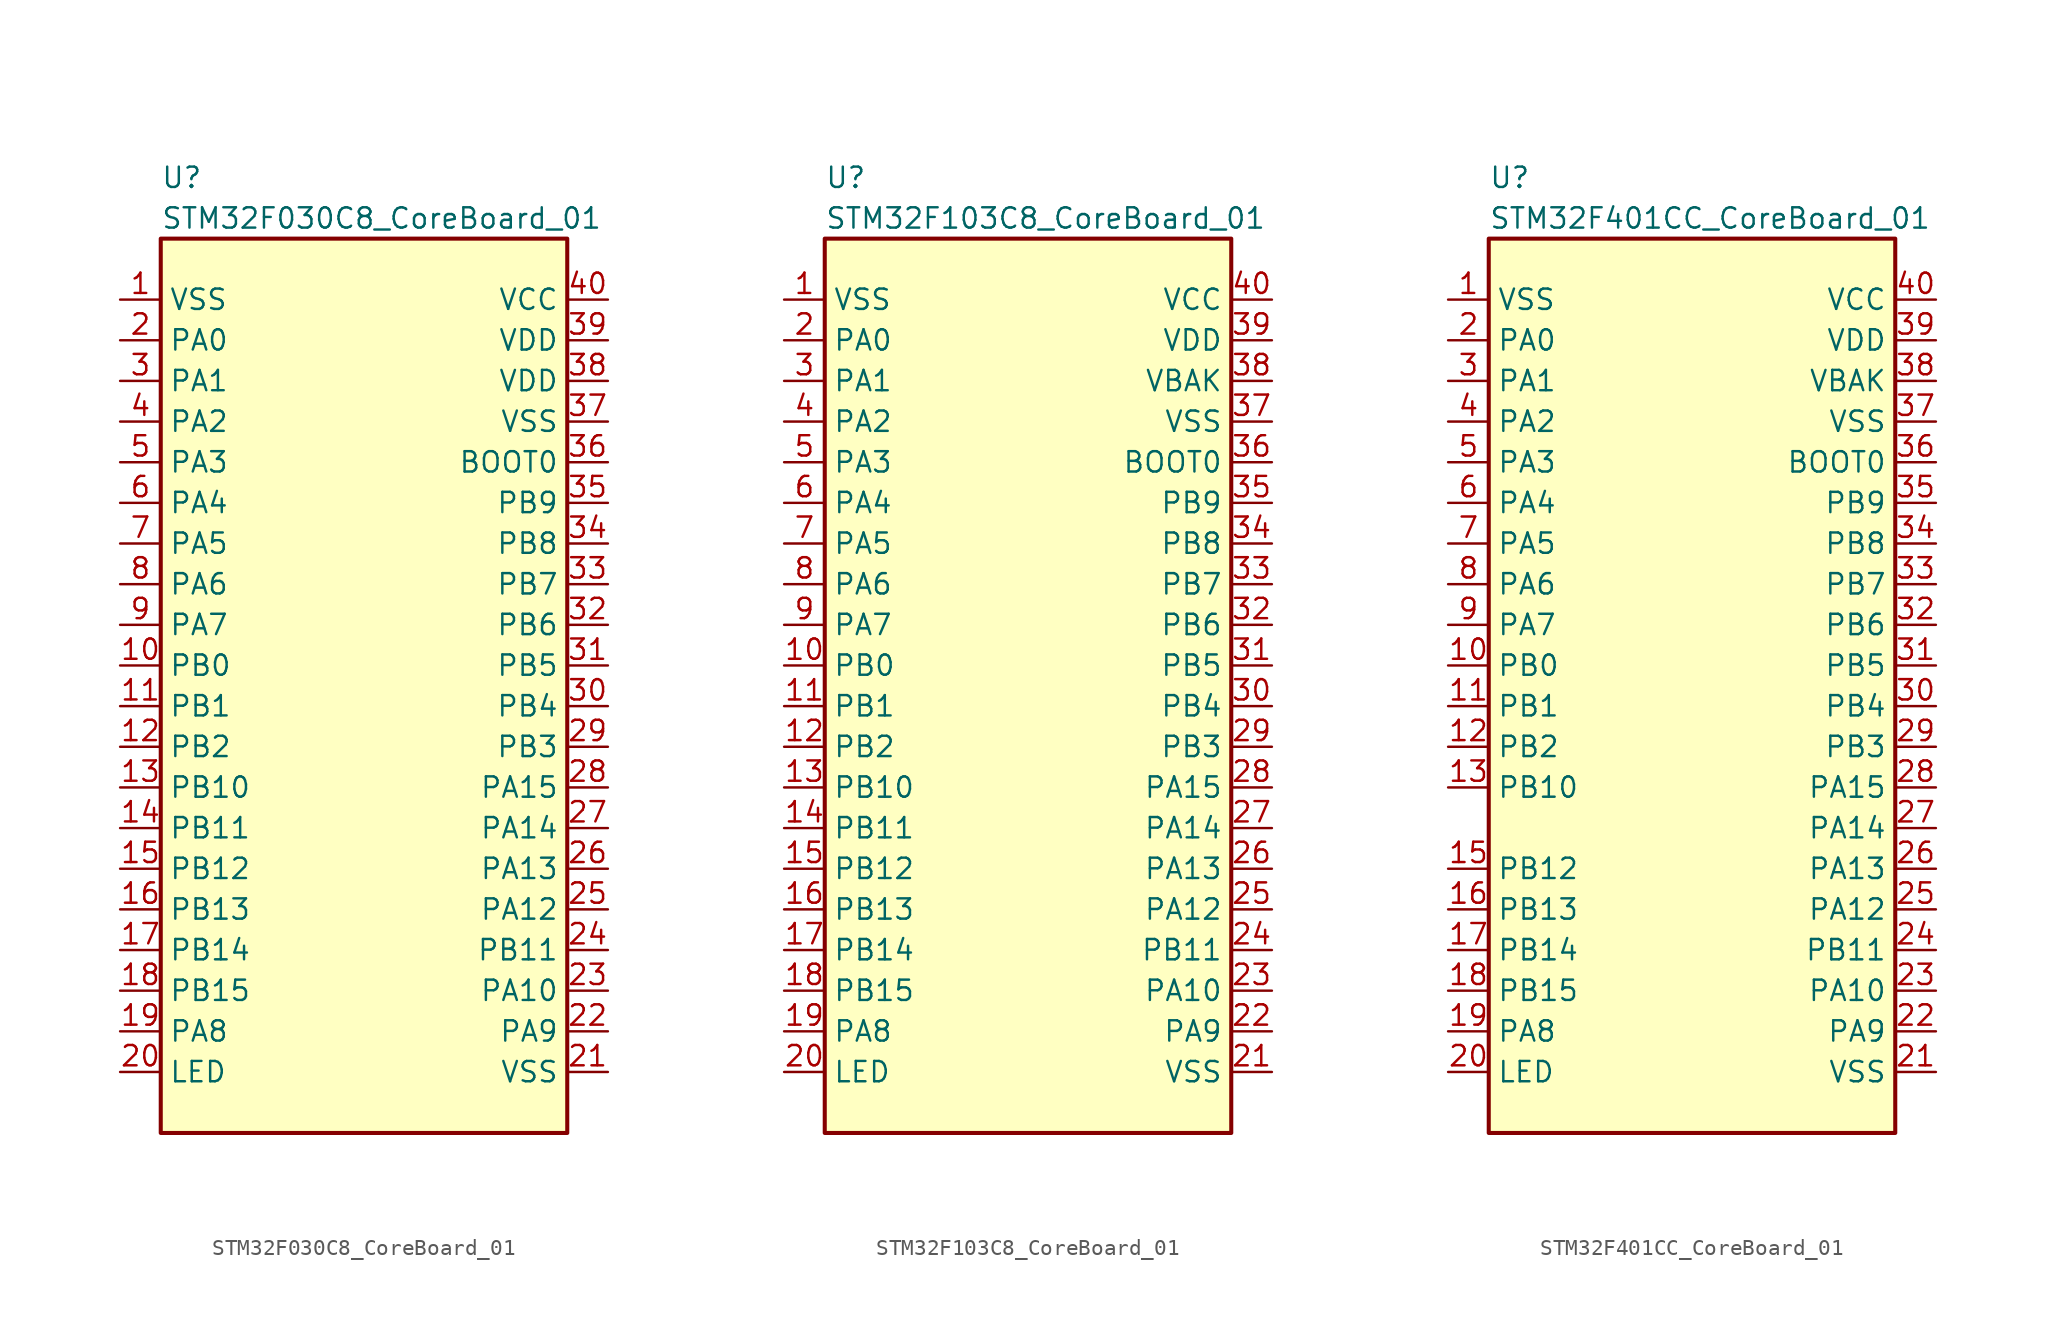
<source format=kicad_sym>
(kicad_symbol_lib
  (version 20231120)
  (generator "kicad_symbol_editor")
  (generator_version "8.0")
  (symbol "STM32F030C8_CoreBoard_01"
    (property "Reference" "U"
      (at -12.7 31.75 0)
      (effects (font (size 1.27 1.27)) (justify left)))
    (property "Value" "STM32F030C8_CoreBoard_01"
      (at -12.7 29.21 0)
      (effects (font (size 1.27 1.27)) (justify left)))
    (symbol "STM32F030C8_CoreBoard_01_0_1"
      (rectangle (start -12.7 27.94) (end 12.7 -27.94) (stroke (width 0.254) (type default)) (fill (type background))))
    (symbol "STM32F030C8_CoreBoard_01_1_1"
      (pin power_in line (at -15.24 24.13 0) (length 2.54) (name "VSS" (effects (font (size 1.27 1.27)))) (number "1" (effects (font (size 1.27 1.27)))))
      (pin bidirectional line (at -15.24 1.27 0) (length 2.54) (name "PB0" (effects (font (size 1.27 1.27)))) (number "10" (effects (font (size 1.27 1.27)))))
      (pin bidirectional line (at -15.24 -1.27 0) (length 2.54) (name "PB1" (effects (font (size 1.27 1.27)))) (number "11" (effects (font (size 1.27 1.27)))))
      (pin bidirectional line (at -15.24 -3.81 0) (length 2.54) (name "PB2" (effects (font (size 1.27 1.27)))) (number "12" (effects (font (size 1.27 1.27)))))
      (pin bidirectional line (at -15.24 -6.35 0) (length 2.54) (name "PB10" (effects (font (size 1.27 1.27)))) (number "13" (effects (font (size 1.27 1.27)))))
      (pin bidirectional line (at -15.24 -8.89 0) (length 2.54) (name "PB11" (effects (font (size 1.27 1.27)))) (number "14" (effects (font (size 1.27 1.27)))))
      (pin bidirectional line (at -15.24 -11.43 0) (length 2.54) (name "PB12" (effects (font (size 1.27 1.27)))) (number "15" (effects (font (size 1.27 1.27)))))
      (pin bidirectional line (at -15.24 -13.97 0) (length 2.54) (name "PB13" (effects (font (size 1.27 1.27)))) (number "16" (effects (font (size 1.27 1.27)))))
      (pin bidirectional line (at -15.24 -16.51 0) (length 2.54) (name "PB14" (effects (font (size 1.27 1.27)))) (number "17" (effects (font (size 1.27 1.27)))))
      (pin bidirectional line (at -15.24 -19.05 0) (length 2.54) (name "PB15" (effects (font (size 1.27 1.27)))) (number "18" (effects (font (size 1.27 1.27)))))
      (pin bidirectional line (at -15.24 -21.59 0) (length 2.54) (name "PA8" (effects (font (size 1.27 1.27)))) (number "19" (effects (font (size 1.27 1.27)))))
      (pin bidirectional line (at -15.24 21.59 0) (length 2.54) (name "PA0" (effects (font (size 1.27 1.27)))) (number "2" (effects (font (size 1.27 1.27)))))
      (pin input line (at -15.24 -24.13 0) (length 2.54) (name "LED" (effects (font (size 1.27 1.27)))) (number "20" (effects (font (size 1.27 1.27)))))
      (pin power_in line (at 15.24 -24.13 180) (length 2.54) (name "VSS" (effects (font (size 1.27 1.27)))) (number "21" (effects (font (size 1.27 1.27)))))
      (pin bidirectional line (at 15.24 -21.59 180) (length 2.54) (name "PA9" (effects (font (size 1.27 1.27)))) (number "22" (effects (font (size 1.27 1.27)))))
      (pin input line (at 15.24 -19.05 180) (length 2.54) (name "PA10" (effects (font (size 1.27 1.27)))) (number "23" (effects (font (size 1.27 1.27)))))
      (pin bidirectional line (at 15.24 -16.51 180) (length 2.54) (name "PB11" (effects (font (size 1.27 1.27)))) (number "24" (effects (font (size 1.27 1.27)))))
      (pin bidirectional line (at 15.24 -13.97 180) (length 2.54) (name "PA12" (effects (font (size 1.27 1.27)))) (number "25" (effects (font (size 1.27 1.27)))))
      (pin bidirectional line (at 15.24 -11.43 180) (length 2.54) (name "PA13" (effects (font (size 1.27 1.27)))) (number "26" (effects (font (size 1.27 1.27)))))
      (pin bidirectional line (at 15.24 -8.89 180) (length 2.54) (name "PA14" (effects (font (size 1.27 1.27)))) (number "27" (effects (font (size 1.27 1.27)))))
      (pin bidirectional line (at 15.24 -6.35 180) (length 2.54) (name "PA15" (effects (font (size 1.27 1.27)))) (number "28" (effects (font (size 1.27 1.27)))))
      (pin bidirectional line (at 15.24 -3.81 180) (length 2.54) (name "PB3" (effects (font (size 1.27 1.27)))) (number "29" (effects (font (size 1.27 1.27)))))
      (pin bidirectional line (at -15.24 19.05 0) (length 2.54) (name "PA1" (effects (font (size 1.27 1.27)))) (number "3" (effects (font (size 1.27 1.27)))))
      (pin bidirectional line (at 15.24 -1.27 180) (length 2.54) (name "PB4" (effects (font (size 1.27 1.27)))) (number "30" (effects (font (size 1.27 1.27)))))
      (pin bidirectional line (at 15.24 1.27 180) (length 2.54) (name "PB5" (effects (font (size 1.27 1.27)))) (number "31" (effects (font (size 1.27 1.27)))))
      (pin bidirectional line (at 15.24 3.81 180) (length 2.54) (name "PB6" (effects (font (size 1.27 1.27)))) (number "32" (effects (font (size 1.27 1.27)))))
      (pin bidirectional line (at 15.24 6.35 180) (length 2.54) (name "PB7" (effects (font (size 1.27 1.27)))) (number "33" (effects (font (size 1.27 1.27)))))
      (pin bidirectional line (at 15.24 8.89 180) (length 2.54) (name "PB8" (effects (font (size 1.27 1.27)))) (number "34" (effects (font (size 1.27 1.27)))))
      (pin bidirectional line (at 15.24 11.43 180) (length 2.54) (name "PB9" (effects (font (size 1.27 1.27)))) (number "35" (effects (font (size 1.27 1.27)))))
      (pin input line (at 15.24 13.97 180) (length 2.54) (name "BOOT0" (effects (font (size 1.27 1.27)))) (number "36" (effects (font (size 1.27 1.27)))))
      (pin power_in line (at 15.24 16.51 180) (length 2.54) (name "VSS" (effects (font (size 1.27 1.27)))) (number "37" (effects (font (size 1.27 1.27)))))
      (pin power_in line (at 15.24 19.05 180) (length 2.54) (name "VDD" (effects (font (size 1.27 1.27)))) (number "38" (effects (font (size 1.27 1.27)))))
      (pin power_in line (at 15.24 21.59 180) (length 2.54) (name "VDD" (effects (font (size 1.27 1.27)))) (number "39" (effects (font (size 1.27 1.27)))))
      (pin bidirectional line (at -15.24 16.51 0) (length 2.54) (name "PA2" (effects (font (size 1.27 1.27)))) (number "4" (effects (font (size 1.27 1.27)))))
      (pin power_in line (at 15.24 24.13 180) (length 2.54) (name "VCC" (effects (font (size 1.27 1.27)))) (number "40" (effects (font (size 1.27 1.27)))))
      (pin bidirectional line (at -15.24 13.97 0) (length 2.54) (name "PA3" (effects (font (size 1.27 1.27)))) (number "5" (effects (font (size 1.27 1.27)))))
      (pin bidirectional line (at -15.24 11.43 0) (length 2.54) (name "PA4" (effects (font (size 1.27 1.27)))) (number "6" (effects (font (size 1.27 1.27)))))
      (pin bidirectional line (at -15.24 8.89 0) (length 2.54) (name "PA5" (effects (font (size 1.27 1.27)))) (number "7" (effects (font (size 1.27 1.27)))))
      (pin bidirectional line (at -15.24 6.35 0) (length 2.54) (name "PA6" (effects (font (size 1.27 1.27)))) (number "8" (effects (font (size 1.27 1.27)))))
      (pin bidirectional line (at -15.24 3.81 0) (length 2.54) (name "PA7" (effects (font (size 1.27 1.27)))) (number "9" (effects (font (size 1.27 1.27)))))))
  (symbol "STM32F103C8_CoreBoard_01"
    (property "Reference" "U"
      (at -12.7 31.75 0)
      (effects (font (size 1.27 1.27)) (justify left)))
    (property "Value" "STM32F103C8_CoreBoard_01"
      (at -12.7 29.21 0)
      (effects (font (size 1.27 1.27)) (justify left)))
    (symbol "STM32F103C8_CoreBoard_01_0_1"
      (rectangle (start -12.7 27.94) (end 12.7 -27.94) (stroke (width 0.254) (type default)) (fill (type background))))
    (symbol "STM32F103C8_CoreBoard_01_1_1"
      (pin power_in line (at -15.24 24.13 0) (length 2.54) (name "VSS" (effects (font (size 1.27 1.27)))) (number "1" (effects (font (size 1.27 1.27)))))
      (pin bidirectional line (at -15.24 1.27 0) (length 2.54) (name "PB0" (effects (font (size 1.27 1.27)))) (number "10" (effects (font (size 1.27 1.27)))))
      (pin bidirectional line (at -15.24 -1.27 0) (length 2.54) (name "PB1" (effects (font (size 1.27 1.27)))) (number "11" (effects (font (size 1.27 1.27)))))
      (pin bidirectional line (at -15.24 -3.81 0) (length 2.54) (name "PB2" (effects (font (size 1.27 1.27)))) (number "12" (effects (font (size 1.27 1.27)))))
      (pin bidirectional line (at -15.24 -6.35 0) (length 2.54) (name "PB10" (effects (font (size 1.27 1.27)))) (number "13" (effects (font (size 1.27 1.27)))))
      (pin bidirectional line (at -15.24 -8.89 0) (length 2.54) (name "PB11" (effects (font (size 1.27 1.27)))) (number "14" (effects (font (size 1.27 1.27)))))
      (pin bidirectional line (at -15.24 -11.43 0) (length 2.54) (name "PB12" (effects (font (size 1.27 1.27)))) (number "15" (effects (font (size 1.27 1.27)))))
      (pin bidirectional line (at -15.24 -13.97 0) (length 2.54) (name "PB13" (effects (font (size 1.27 1.27)))) (number "16" (effects (font (size 1.27 1.27)))))
      (pin bidirectional line (at -15.24 -16.51 0) (length 2.54) (name "PB14" (effects (font (size 1.27 1.27)))) (number "17" (effects (font (size 1.27 1.27)))))
      (pin bidirectional line (at -15.24 -19.05 0) (length 2.54) (name "PB15" (effects (font (size 1.27 1.27)))) (number "18" (effects (font (size 1.27 1.27)))))
      (pin bidirectional line (at -15.24 -21.59 0) (length 2.54) (name "PA8" (effects (font (size 1.27 1.27)))) (number "19" (effects (font (size 1.27 1.27)))))
      (pin bidirectional line (at -15.24 21.59 0) (length 2.54) (name "PA0" (effects (font (size 1.27 1.27)))) (number "2" (effects (font (size 1.27 1.27)))))
      (pin input line (at -15.24 -24.13 0) (length 2.54) (name "LED" (effects (font (size 1.27 1.27)))) (number "20" (effects (font (size 1.27 1.27)))))
      (pin power_in line (at 15.24 -24.13 180) (length 2.54) (name "VSS" (effects (font (size 1.27 1.27)))) (number "21" (effects (font (size 1.27 1.27)))))
      (pin bidirectional line (at 15.24 -21.59 180) (length 2.54) (name "PA9" (effects (font (size 1.27 1.27)))) (number "22" (effects (font (size 1.27 1.27)))))
      (pin input line (at 15.24 -19.05 180) (length 2.54) (name "PA10" (effects (font (size 1.27 1.27)))) (number "23" (effects (font (size 1.27 1.27)))))
      (pin bidirectional line (at 15.24 -16.51 180) (length 2.54) (name "PB11" (effects (font (size 1.27 1.27)))) (number "24" (effects (font (size 1.27 1.27)))))
      (pin bidirectional line (at 15.24 -13.97 180) (length 2.54) (name "PA12" (effects (font (size 1.27 1.27)))) (number "25" (effects (font (size 1.27 1.27)))))
      (pin bidirectional line (at 15.24 -11.43 180) (length 2.54) (name "PA13" (effects (font (size 1.27 1.27)))) (number "26" (effects (font (size 1.27 1.27)))))
      (pin bidirectional line (at 15.24 -8.89 180) (length 2.54) (name "PA14" (effects (font (size 1.27 1.27)))) (number "27" (effects (font (size 1.27 1.27)))))
      (pin bidirectional line (at 15.24 -6.35 180) (length 2.54) (name "PA15" (effects (font (size 1.27 1.27)))) (number "28" (effects (font (size 1.27 1.27)))))
      (pin bidirectional line (at 15.24 -3.81 180) (length 2.54) (name "PB3" (effects (font (size 1.27 1.27)))) (number "29" (effects (font (size 1.27 1.27)))))
      (pin bidirectional line (at -15.24 19.05 0) (length 2.54) (name "PA1" (effects (font (size 1.27 1.27)))) (number "3" (effects (font (size 1.27 1.27)))))
      (pin bidirectional line (at 15.24 -1.27 180) (length 2.54) (name "PB4" (effects (font (size 1.27 1.27)))) (number "30" (effects (font (size 1.27 1.27)))))
      (pin bidirectional line (at 15.24 1.27 180) (length 2.54) (name "PB5" (effects (font (size 1.27 1.27)))) (number "31" (effects (font (size 1.27 1.27)))))
      (pin bidirectional line (at 15.24 3.81 180) (length 2.54) (name "PB6" (effects (font (size 1.27 1.27)))) (number "32" (effects (font (size 1.27 1.27)))))
      (pin bidirectional line (at 15.24 6.35 180) (length 2.54) (name "PB7" (effects (font (size 1.27 1.27)))) (number "33" (effects (font (size 1.27 1.27)))))
      (pin bidirectional line (at 15.24 8.89 180) (length 2.54) (name "PB8" (effects (font (size 1.27 1.27)))) (number "34" (effects (font (size 1.27 1.27)))))
      (pin bidirectional line (at 15.24 11.43 180) (length 2.54) (name "PB9" (effects (font (size 1.27 1.27)))) (number "35" (effects (font (size 1.27 1.27)))))
      (pin input line (at 15.24 13.97 180) (length 2.54) (name "BOOT0" (effects (font (size 1.27 1.27)))) (number "36" (effects (font (size 1.27 1.27)))))
      (pin power_in line (at 15.24 16.51 180) (length 2.54) (name "VSS" (effects (font (size 1.27 1.27)))) (number "37" (effects (font (size 1.27 1.27)))))
      (pin power_in line (at 15.24 19.05 180) (length 2.54) (name "VBAK" (effects (font (size 1.27 1.27)))) (number "38" (effects (font (size 1.27 1.27)))))
      (pin power_in line (at 15.24 21.59 180) (length 2.54) (name "VDD" (effects (font (size 1.27 1.27)))) (number "39" (effects (font (size 1.27 1.27)))))
      (pin bidirectional line (at -15.24 16.51 0) (length 2.54) (name "PA2" (effects (font (size 1.27 1.27)))) (number "4" (effects (font (size 1.27 1.27)))))
      (pin power_in line (at 15.24 24.13 180) (length 2.54) (name "VCC" (effects (font (size 1.27 1.27)))) (number "40" (effects (font (size 1.27 1.27)))))
      (pin bidirectional line (at -15.24 13.97 0) (length 2.54) (name "PA3" (effects (font (size 1.27 1.27)))) (number "5" (effects (font (size 1.27 1.27)))))
      (pin bidirectional line (at -15.24 11.43 0) (length 2.54) (name "PA4" (effects (font (size 1.27 1.27)))) (number "6" (effects (font (size 1.27 1.27)))))
      (pin bidirectional line (at -15.24 8.89 0) (length 2.54) (name "PA5" (effects (font (size 1.27 1.27)))) (number "7" (effects (font (size 1.27 1.27)))))
      (pin bidirectional line (at -15.24 6.35 0) (length 2.54) (name "PA6" (effects (font (size 1.27 1.27)))) (number "8" (effects (font (size 1.27 1.27)))))
      (pin bidirectional line (at -15.24 3.81 0) (length 2.54) (name "PA7" (effects (font (size 1.27 1.27)))) (number "9" (effects (font (size 1.27 1.27)))))))
  (symbol "STM32F401CC_CoreBoard_01"
    (property "Reference" "U"
      (at -12.7 31.75 0)
      (effects (font (size 1.27 1.27)) (justify left)))
    (property "Value" "STM32F401CC_CoreBoard_01"
      (at -12.7 29.21 0)
      (effects (font (size 1.27 1.27)) (justify left)))
    (symbol "STM32F401CC_CoreBoard_01_0_1"
      (rectangle (start -12.7 27.94) (end 12.7 -27.94) (stroke (width 0.254) (type default)) (fill (type background))))
    (symbol "STM32F401CC_CoreBoard_01_1_1"
      (pin power_in line (at -15.24 24.13 0) (length 2.54) (name "VSS" (effects (font (size 1.27 1.27)))) (number "1" (effects (font (size 1.27 1.27)))))
      (pin bidirectional line (at -15.24 1.27 0) (length 2.54) (name "PB0" (effects (font (size 1.27 1.27)))) (number "10" (effects (font (size 1.27 1.27)))))
      (pin bidirectional line (at -15.24 -1.27 0) (length 2.54) (name "PB1" (effects (font (size 1.27 1.27)))) (number "11" (effects (font (size 1.27 1.27)))))
      (pin bidirectional line (at -15.24 -3.81 0) (length 2.54) (name "PB2" (effects (font (size 1.27 1.27)))) (number "12" (effects (font (size 1.27 1.27)))))
      (pin bidirectional line (at -15.24 -6.35 0) (length 2.54) (name "PB10" (effects (font (size 1.27 1.27)))) (number "13" (effects (font (size 1.27 1.27)))))
      (pin no_connect line (at -15.24 -8.89 0) (length 2.54) hide (name "NC_VCAP" (effects (font (size 1.27 1.27)))) (number "14" (effects (font (size 1.27 1.27)))))
      (pin bidirectional line (at -15.24 -11.43 0) (length 2.54) (name "PB12" (effects (font (size 1.27 1.27)))) (number "15" (effects (font (size 1.27 1.27)))))
      (pin bidirectional line (at -15.24 -13.97 0) (length 2.54) (name "PB13" (effects (font (size 1.27 1.27)))) (number "16" (effects (font (size 1.27 1.27)))))
      (pin bidirectional line (at -15.24 -16.51 0) (length 2.54) (name "PB14" (effects (font (size 1.27 1.27)))) (number "17" (effects (font (size 1.27 1.27)))))
      (pin bidirectional line (at -15.24 -19.05 0) (length 2.54) (name "PB15" (effects (font (size 1.27 1.27)))) (number "18" (effects (font (size 1.27 1.27)))))
      (pin bidirectional line (at -15.24 -21.59 0) (length 2.54) (name "PA8" (effects (font (size 1.27 1.27)))) (number "19" (effects (font (size 1.27 1.27)))))
      (pin bidirectional line (at -15.24 21.59 0) (length 2.54) (name "PA0" (effects (font (size 1.27 1.27)))) (number "2" (effects (font (size 1.27 1.27)))))
      (pin input line (at -15.24 -24.13 0) (length 2.54) (name "LED" (effects (font (size 1.27 1.27)))) (number "20" (effects (font (size 1.27 1.27)))))
      (pin power_in line (at 15.24 -24.13 180) (length 2.54) (name "VSS" (effects (font (size 1.27 1.27)))) (number "21" (effects (font (size 1.27 1.27)))))
      (pin bidirectional line (at 15.24 -21.59 180) (length 2.54) (name "PA9" (effects (font (size 1.27 1.27)))) (number "22" (effects (font (size 1.27 1.27)))))
      (pin input line (at 15.24 -19.05 180) (length 2.54) (name "PA10" (effects (font (size 1.27 1.27)))) (number "23" (effects (font (size 1.27 1.27)))))
      (pin bidirectional line (at 15.24 -16.51 180) (length 2.54) (name "PB11" (effects (font (size 1.27 1.27)))) (number "24" (effects (font (size 1.27 1.27)))))
      (pin bidirectional line (at 15.24 -13.97 180) (length 2.54) (name "PA12" (effects (font (size 1.27 1.27)))) (number "25" (effects (font (size 1.27 1.27)))))
      (pin bidirectional line (at 15.24 -11.43 180) (length 2.54) (name "PA13" (effects (font (size 1.27 1.27)))) (number "26" (effects (font (size 1.27 1.27)))))
      (pin bidirectional line (at 15.24 -8.89 180) (length 2.54) (name "PA14" (effects (font (size 1.27 1.27)))) (number "27" (effects (font (size 1.27 1.27)))))
      (pin bidirectional line (at 15.24 -6.35 180) (length 2.54) (name "PA15" (effects (font (size 1.27 1.27)))) (number "28" (effects (font (size 1.27 1.27)))))
      (pin bidirectional line (at 15.24 -3.81 180) (length 2.54) (name "PB3" (effects (font (size 1.27 1.27)))) (number "29" (effects (font (size 1.27 1.27)))))
      (pin bidirectional line (at -15.24 19.05 0) (length 2.54) (name "PA1" (effects (font (size 1.27 1.27)))) (number "3" (effects (font (size 1.27 1.27)))))
      (pin bidirectional line (at 15.24 -1.27 180) (length 2.54) (name "PB4" (effects (font (size 1.27 1.27)))) (number "30" (effects (font (size 1.27 1.27)))))
      (pin bidirectional line (at 15.24 1.27 180) (length 2.54) (name "PB5" (effects (font (size 1.27 1.27)))) (number "31" (effects (font (size 1.27 1.27)))))
      (pin bidirectional line (at 15.24 3.81 180) (length 2.54) (name "PB6" (effects (font (size 1.27 1.27)))) (number "32" (effects (font (size 1.27 1.27)))))
      (pin bidirectional line (at 15.24 6.35 180) (length 2.54) (name "PB7" (effects (font (size 1.27 1.27)))) (number "33" (effects (font (size 1.27 1.27)))))
      (pin bidirectional line (at 15.24 8.89 180) (length 2.54) (name "PB8" (effects (font (size 1.27 1.27)))) (number "34" (effects (font (size 1.27 1.27)))))
      (pin bidirectional line (at 15.24 11.43 180) (length 2.54) (name "PB9" (effects (font (size 1.27 1.27)))) (number "35" (effects (font (size 1.27 1.27)))))
      (pin input line (at 15.24 13.97 180) (length 2.54) (name "BOOT0" (effects (font (size 1.27 1.27)))) (number "36" (effects (font (size 1.27 1.27)))))
      (pin power_in line (at 15.24 16.51 180) (length 2.54) (name "VSS" (effects (font (size 1.27 1.27)))) (number "37" (effects (font (size 1.27 1.27)))))
      (pin power_in line (at 15.24 19.05 180) (length 2.54) (name "VBAK" (effects (font (size 1.27 1.27)))) (number "38" (effects (font (size 1.27 1.27)))))
      (pin power_in line (at 15.24 21.59 180) (length 2.54) (name "VDD" (effects (font (size 1.27 1.27)))) (number "39" (effects (font (size 1.27 1.27)))))
      (pin bidirectional line (at -15.24 16.51 0) (length 2.54) (name "PA2" (effects (font (size 1.27 1.27)))) (number "4" (effects (font (size 1.27 1.27)))))
      (pin power_in line (at 15.24 24.13 180) (length 2.54) (name "VCC" (effects (font (size 1.27 1.27)))) (number "40" (effects (font (size 1.27 1.27)))))
      (pin bidirectional line (at -15.24 13.97 0) (length 2.54) (name "PA3" (effects (font (size 1.27 1.27)))) (number "5" (effects (font (size 1.27 1.27)))))
      (pin bidirectional line (at -15.24 11.43 0) (length 2.54) (name "PA4" (effects (font (size 1.27 1.27)))) (number "6" (effects (font (size 1.27 1.27)))))
      (pin bidirectional line (at -15.24 8.89 0) (length 2.54) (name "PA5" (effects (font (size 1.27 1.27)))) (number "7" (effects (font (size 1.27 1.27)))))
      (pin bidirectional line (at -15.24 6.35 0) (length 2.54) (name "PA6" (effects (font (size 1.27 1.27)))) (number "8" (effects (font (size 1.27 1.27)))))
      (pin bidirectional line (at -15.24 3.81 0) (length 2.54) (name "PA7" (effects (font (size 1.27 1.27)))) (number "9" (effects (font (size 1.27 1.27))))))))
</source>
